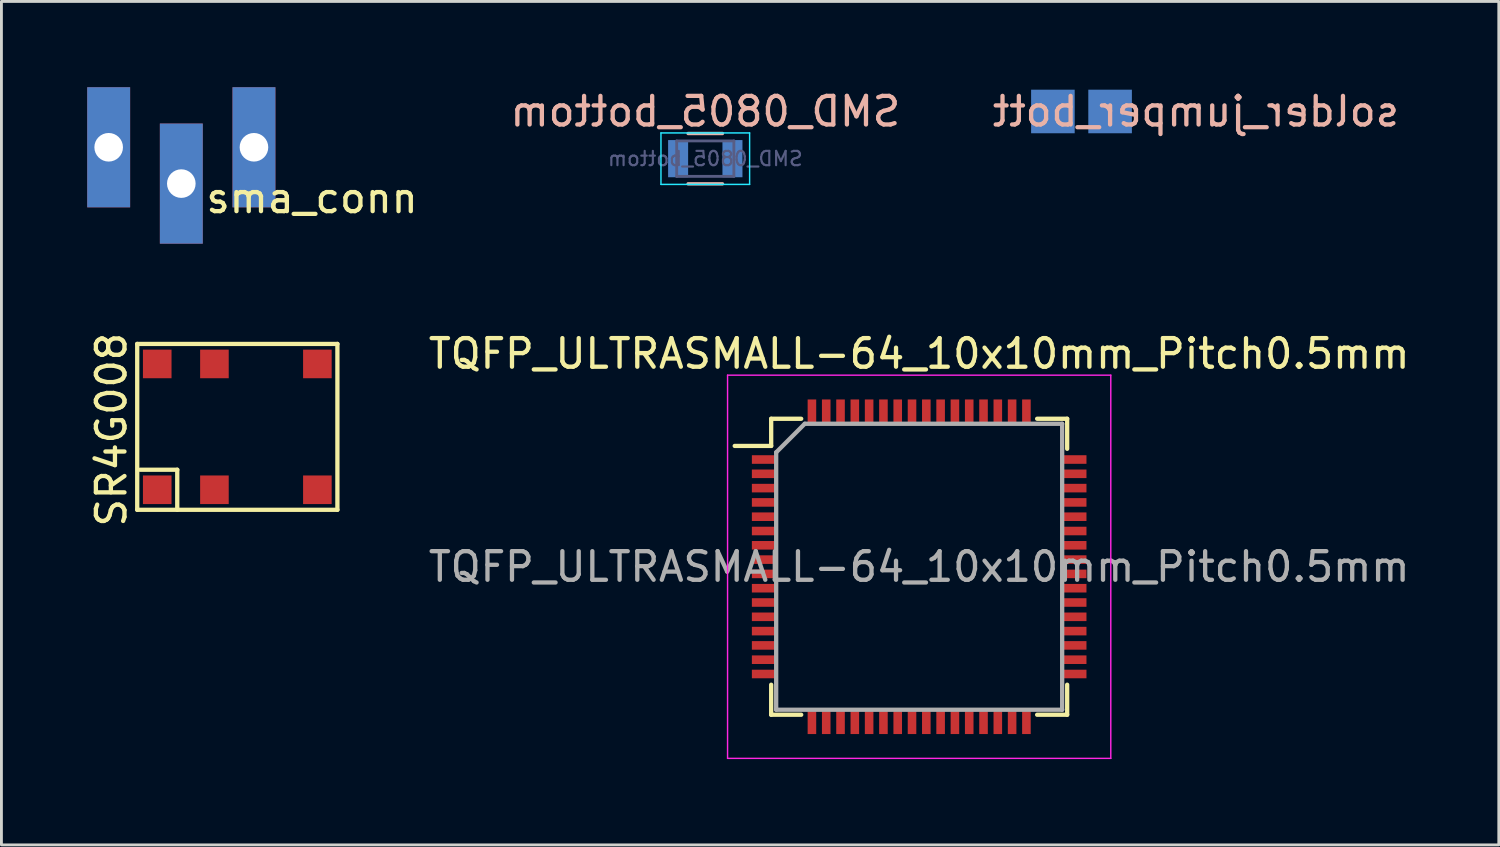
<source format=kicad_pcb>
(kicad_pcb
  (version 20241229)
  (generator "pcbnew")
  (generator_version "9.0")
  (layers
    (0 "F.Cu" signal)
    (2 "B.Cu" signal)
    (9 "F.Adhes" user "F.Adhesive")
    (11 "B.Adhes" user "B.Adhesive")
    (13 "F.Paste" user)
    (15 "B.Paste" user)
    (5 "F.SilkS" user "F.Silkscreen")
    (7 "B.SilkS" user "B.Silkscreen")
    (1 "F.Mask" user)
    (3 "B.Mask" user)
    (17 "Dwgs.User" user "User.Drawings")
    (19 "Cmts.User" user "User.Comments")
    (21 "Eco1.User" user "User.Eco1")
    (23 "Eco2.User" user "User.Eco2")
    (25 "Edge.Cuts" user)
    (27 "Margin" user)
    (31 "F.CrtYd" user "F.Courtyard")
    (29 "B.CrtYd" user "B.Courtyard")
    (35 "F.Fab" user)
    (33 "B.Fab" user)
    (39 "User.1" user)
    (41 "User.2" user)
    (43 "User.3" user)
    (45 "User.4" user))
  (footprint "sma_conn"
    (layer "F.Cu")
    (at 3.29 3.497)
    (property "Reference" "sma_conn" (at 4.572 0.381 0) (layer "F.SilkS") (effects (font (size 1 1) (thickness 0.15))))
    (attr through_hole)
    (pad "1" thru_hole rect (at -2.54 -1.397) (size 1.5 4.2) (drill 1) (layers "*.Cu" "*.Mask"))
    (pad "2" thru_hole rect (at 0 -0.127) (size 1.5 4.2) (drill 1) (layers "*.Cu" "*.Mask"))
    (pad "3" thru_hole rect (at 2.54 -1.397) (size 1.5 4.2) (drill 1) (layers "*.Cu" "*.Mask")))
  (footprint "SMD_0805_bottom"
    (layer "F.Cu")
    (at 21.612 2.498)
    (property "Reference" "SMD_0805_bottom" (at 0 -1.65 0) (layer "B.SilkS") (effects (font (size 1 1) (thickness 0.15)) (justify mirror)))
    (attr smd)
    (fp_line (start -0.6 -0.88) (end 0.6 -0.88) (stroke (width 0.12) (type solid)) (layer "B.SilkS"))
    (fp_line (start 0.6 0.88) (end -0.6 0.88) (stroke (width 0.12) (type solid)) (layer "B.SilkS"))
    (fp_line (start -1.55 -0.9) (end -1.55 0.9) (stroke (width 0.05) (type solid)) (layer "B.CrtYd"))
    (fp_line (start -1.55 -0.9) (end 1.55 -0.9) (stroke (width 0.05) (type solid)) (layer "B.CrtYd"))
    (fp_line (start 1.55 0.9) (end -1.55 0.9) (stroke (width 0.05) (type solid)) (layer "B.CrtYd"))
    (fp_line (start 1.55 0.9) (end 1.55 -0.9) (stroke (width 0.05) (type solid)) (layer "B.CrtYd"))
    (fp_line (start -1 -0.62) (end 1 -0.62) (stroke (width 0.1) (type solid)) (layer "B.Fab"))
    (fp_line (start -1 0.62) (end -1 -0.62) (stroke (width 0.1) (type solid)) (layer "B.Fab"))
    (fp_line (start 1 -0.62) (end 1 0.62) (stroke (width 0.1) (type solid)) (layer "B.Fab"))
    (fp_line (start 1 0.62) (end -1 0.62) (stroke (width 0.1) (type solid)) (layer "B.Fab"))
    (fp_text user "${REFERENCE}" (at 0 0 0) (layer "B.Fab") (effects (font (size 0.5 0.5) (thickness 0.075)) (justify mirror)))
    (pad "1" smd rect (at -0.95 0) (size 0.7 1.3) (layers "B.Cu" "B.Mask" "B.Paste"))
    (pad "2" smd rect (at 0.95 0) (size 0.7 1.3) (layers "B.Cu" "B.Mask" "B.Paste")))
  (footprint "TQFP_ULTRASMALL-64_10x10mm_Pitch0.5mm"
    (layer "F.Cu")
    (at 19.941 13.168)
    (property "Reference" "TQFP_ULTRASMALL-64_10x10mm_Pitch0.5mm" (at 9.15 -3.85 0) (layer "F.SilkS") (effects (font (size 1 1) (thickness 0.15))))
    (attr smd)
    (fp_line (start 3.975 -1.575) (end 3.975 -0.625) (stroke (width 0.15) (type solid)) (layer "F.SilkS"))
    (fp_line (start 3.975 -1.575) (end 5.025 -1.575) (stroke (width 0.15) (type solid)) (layer "F.SilkS"))
    (fp_line (start 3.975 -0.625) (end 2.7 -0.625) (stroke (width 0.15) (type solid)) (layer "F.SilkS"))
    (fp_line (start 3.975 8.775) (end 3.975 7.725) (stroke (width 0.15) (type solid)) (layer "F.SilkS"))
    (fp_line (start 3.975 8.775) (end 5.025 8.775) (stroke (width 0.15) (type solid)) (layer "F.SilkS"))
    (fp_line (start 14.325 -1.575) (end 13.275 -1.575) (stroke (width 0.15) (type solid)) (layer "F.SilkS"))
    (fp_line (start 14.325 -1.575) (end 14.325 -0.525) (stroke (width 0.15) (type solid)) (layer "F.SilkS"))
    (fp_line (start 14.325 8.775) (end 13.275 8.775) (stroke (width 0.15) (type solid)) (layer "F.SilkS"))
    (fp_line (start 14.325 8.775) (end 14.325 7.725) (stroke (width 0.15) (type solid)) (layer "F.SilkS"))
    (fp_line (start 2.45 -3.1) (end 2.45 10.3) (stroke (width 0.05) (type solid)) (layer "F.CrtYd"))
    (fp_line (start 2.45 -3.1) (end 15.85 -3.1) (stroke (width 0.05) (type solid)) (layer "F.CrtYd"))
    (fp_line (start 2.45 10.3) (end 15.85 10.3) (stroke (width 0.05) (type solid)) (layer "F.CrtYd"))
    (fp_line (start 15.85 -3.1) (end 15.85 10.3) (stroke (width 0.05) (type solid)) (layer "F.CrtYd"))
    (fp_line (start 4.15 -0.4) (end 5.15 -1.4) (stroke (width 0.15) (type solid)) (layer "F.Fab"))
    (fp_line (start 4.15 8.6) (end 4.15 -0.4) (stroke (width 0.15) (type solid)) (layer "F.Fab"))
    (fp_line (start 5.15 -1.4) (end 14.15 -1.4) (stroke (width 0.15) (type solid)) (layer "F.Fab"))
    (fp_line (start 14.15 -1.4) (end 14.15 8.6) (stroke (width 0.15) (type solid)) (layer "F.Fab"))
    (fp_line (start 14.15 8.6) (end 4.15 8.6) (stroke (width 0.15) (type solid)) (layer "F.Fab"))
    (fp_text user "${REFERENCE}" (at 9.15 3.6 0) (layer "F.Fab") (effects (font (size 1 1) (thickness 0.15))))
    (pad "1" smd rect (at 3.7 -0.15) (size 0.8 0.3) (layers "F.Cu" "F.Mask" "F.Paste"))
    (pad "2" smd rect (at 3.7 0.35) (size 0.8 0.3) (layers "F.Cu" "F.Mask" "F.Paste"))
    (pad "3" smd rect (at 3.7 0.85) (size 0.8 0.3) (layers "F.Cu" "F.Mask" "F.Paste"))
    (pad "4" smd rect (at 3.7 1.35) (size 0.8 0.3) (layers "F.Cu" "F.Mask" "F.Paste"))
    (pad "5" smd rect (at 3.7 1.85) (size 0.8 0.3) (layers "F.Cu" "F.Mask" "F.Paste"))
    (pad "6" smd rect (at 3.7 2.35) (size 0.8 0.3) (layers "F.Cu" "F.Mask" "F.Paste"))
    (pad "7" smd rect (at 3.7 2.85) (size 0.8 0.3) (layers "F.Cu" "F.Mask" "F.Paste"))
    (pad "8" smd rect (at 3.7 3.35) (size 0.8 0.3) (layers "F.Cu" "F.Mask" "F.Paste"))
    (pad "9" smd rect (at 3.7 3.85) (size 0.8 0.3) (layers "F.Cu" "F.Mask" "F.Paste"))
    (pad "10" smd rect (at 3.7 4.35) (size 0.8 0.3) (layers "F.Cu" "F.Mask" "F.Paste"))
    (pad "11" smd rect (at 3.7 4.85) (size 0.8 0.3) (layers "F.Cu" "F.Mask" "F.Paste"))
    (pad "12" smd rect (at 3.7 5.35) (size 0.8 0.3) (layers "F.Cu" "F.Mask" "F.Paste"))
    (pad "13" smd rect (at 3.7 5.85) (size 0.8 0.3) (layers "F.Cu" "F.Mask" "F.Paste"))
    (pad "14" smd rect (at 3.7 6.35) (size 0.8 0.3) (layers "F.Cu" "F.Mask" "F.Paste"))
    (pad "15" smd rect (at 3.7 6.85) (size 0.8 0.3) (layers "F.Cu" "F.Mask" "F.Paste"))
    (pad "16" smd rect (at 3.7 7.35) (size 0.8 0.3) (layers "F.Cu" "F.Mask" "F.Paste"))
    (pad "17" smd rect (at 5.4 9.05 90) (size 0.8 0.3) (layers "F.Cu" "F.Mask" "F.Paste"))
    (pad "18" smd rect (at 5.9 9.05 90) (size 0.8 0.3) (layers "F.Cu" "F.Mask" "F.Paste"))
    (pad "19" smd rect (at 6.4 9.05 90) (size 0.8 0.3) (layers "F.Cu" "F.Mask" "F.Paste"))
    (pad "20" smd rect (at 6.9 9.05 90) (size 0.8 0.3) (layers "F.Cu" "F.Mask" "F.Paste"))
    (pad "21" smd rect (at 7.4 9.05 90) (size 0.8 0.3) (layers "F.Cu" "F.Mask" "F.Paste"))
    (pad "22" smd rect (at 7.9 9.05 90) (size 0.8 0.3) (layers "F.Cu" "F.Mask" "F.Paste"))
    (pad "23" smd rect (at 8.4 9.05 90) (size 0.8 0.3) (layers "F.Cu" "F.Mask" "F.Paste"))
    (pad "24" smd rect (at 8.9 9.05 90) (size 0.8 0.3) (layers "F.Cu" "F.Mask" "F.Paste"))
    (pad "25" smd rect (at 9.4 9.05 90) (size 0.8 0.3) (layers "F.Cu" "F.Mask" "F.Paste"))
    (pad "26" smd rect (at 9.9 9.05 90) (size 0.8 0.3) (layers "F.Cu" "F.Mask" "F.Paste"))
    (pad "27" smd rect (at 10.4 9.05 90) (size 0.8 0.3) (layers "F.Cu" "F.Mask" "F.Paste"))
    (pad "28" smd rect (at 10.9 9.05 90) (size 0.8 0.3) (layers "F.Cu" "F.Mask" "F.Paste"))
    (pad "29" smd rect (at 11.4 9.05 90) (size 0.8 0.3) (layers "F.Cu" "F.Mask" "F.Paste"))
    (pad "30" smd rect (at 11.9 9.05 90) (size 0.8 0.3) (layers "F.Cu" "F.Mask" "F.Paste"))
    (pad "31" smd rect (at 12.4 9.05 90) (size 0.8 0.3) (layers "F.Cu" "F.Mask" "F.Paste"))
    (pad "32" smd rect (at 12.9 9.05 90) (size 0.8 0.3) (layers "F.Cu" "F.Mask" "F.Paste"))
    (pad "33" smd rect (at 14.6 7.35) (size 0.8 0.3) (layers "F.Cu" "F.Mask" "F.Paste"))
    (pad "34" smd rect (at 14.6 6.85) (size 0.8 0.3) (layers "F.Cu" "F.Mask" "F.Paste"))
    (pad "35" smd rect (at 14.6 6.35) (size 0.8 0.3) (layers "F.Cu" "F.Mask" "F.Paste"))
    (pad "36" smd rect (at 14.6 5.85) (size 0.8 0.3) (layers "F.Cu" "F.Mask" "F.Paste"))
    (pad "37" smd rect (at 14.6 5.35) (size 0.8 0.3) (layers "F.Cu" "F.Mask" "F.Paste"))
    (pad "38" smd rect (at 14.6 4.85) (size 0.8 0.3) (layers "F.Cu" "F.Mask" "F.Paste"))
    (pad "39" smd rect (at 14.6 4.35) (size 0.8 0.3) (layers "F.Cu" "F.Mask" "F.Paste"))
    (pad "40" smd rect (at 14.6 3.85) (size 0.8 0.3) (layers "F.Cu" "F.Mask" "F.Paste"))
    (pad "41" smd rect (at 14.6 3.35) (size 0.8 0.3) (layers "F.Cu" "F.Mask" "F.Paste"))
    (pad "42" smd rect (at 14.6 2.85) (size 0.8 0.3) (layers "F.Cu" "F.Mask" "F.Paste"))
    (pad "43" smd rect (at 14.6 2.35) (size 0.8 0.3) (layers "F.Cu" "F.Mask" "F.Paste"))
    (pad "44" smd rect (at 14.6 1.85) (size 0.8 0.3) (layers "F.Cu" "F.Mask" "F.Paste"))
    (pad "45" smd rect (at 14.6 1.35) (size 0.8 0.3) (layers "F.Cu" "F.Mask" "F.Paste"))
    (pad "46" smd rect (at 14.6 0.85) (size 0.8 0.3) (layers "F.Cu" "F.Mask" "F.Paste"))
    (pad "47" smd rect (at 14.6 0.35) (size 0.8 0.3) (layers "F.Cu" "F.Mask" "F.Paste"))
    (pad "48" smd rect (at 14.6 -0.15) (size 0.8 0.3) (layers "F.Cu" "F.Mask" "F.Paste"))
    (pad "49" smd rect (at 12.9 -1.85 90) (size 0.8 0.3) (layers "F.Cu" "F.Mask" "F.Paste"))
    (pad "50" smd rect (at 12.4 -1.85 90) (size 0.8 0.3) (layers "F.Cu" "F.Mask" "F.Paste"))
    (pad "51" smd rect (at 11.9 -1.85 90) (size 0.8 0.3) (layers "F.Cu" "F.Mask" "F.Paste"))
    (pad "52" smd rect (at 11.4 -1.85 90) (size 0.8 0.3) (layers "F.Cu" "F.Mask" "F.Paste"))
    (pad "53" smd rect (at 10.9 -1.85 90) (size 0.8 0.3) (layers "F.Cu" "F.Mask" "F.Paste"))
    (pad "54" smd rect (at 10.4 -1.85 90) (size 0.8 0.3) (layers "F.Cu" "F.Mask" "F.Paste"))
    (pad "55" smd rect (at 9.9 -1.85 90) (size 0.8 0.3) (layers "F.Cu" "F.Mask" "F.Paste"))
    (pad "56" smd rect (at 9.4 -1.85 90) (size 0.8 0.3) (layers "F.Cu" "F.Mask" "F.Paste"))
    (pad "57" smd rect (at 8.9 -1.85 90) (size 0.8 0.3) (layers "F.Cu" "F.Mask" "F.Paste"))
    (pad "58" smd rect (at 8.4 -1.85 90) (size 0.8 0.3) (layers "F.Cu" "F.Mask" "F.Paste"))
    (pad "59" smd rect (at 7.9 -1.85 90) (size 0.8 0.3) (layers "F.Cu" "F.Mask" "F.Paste"))
    (pad "60" smd rect (at 7.4 -1.85 90) (size 0.8 0.3) (layers "F.Cu" "F.Mask" "F.Paste"))
    (pad "61" smd rect (at 6.9 -1.85 90) (size 0.8 0.3) (layers "F.Cu" "F.Mask" "F.Paste"))
    (pad "62" smd rect (at 6.4 -1.85 90) (size 0.8 0.3) (layers "F.Cu" "F.Mask" "F.Paste"))
    (pad "63" smd rect (at 5.9 -1.85 90) (size 0.8 0.3) (layers "F.Cu" "F.Mask" "F.Paste"))
    (pad "64" smd rect (at 5.4 -1.85 90) (size 0.8 0.3) (layers "F.Cu" "F.Mask" "F.Paste")))
  (footprint "SR4G008"
    (layer "F.Cu")
    (at 2.448 14.076)
    (property "Reference" "SR4G008" (at -1.6 -2.1 90) (layer "F.SilkS") (effects (font (size 1 1) (thickness 0.15))))
    (attr through_hole)
    (fp_line (start -0.7 -5.1) (end -0.7 0.7) (stroke (width 0.15) (type solid)) (layer "F.SilkS"))
    (fp_line (start -0.7 0.7) (end 6.3 0.7) (stroke (width 0.15) (type solid)) (layer "F.SilkS"))
    (fp_line (start -0.6 -0.7) (end 0.7 -0.7) (stroke (width 0.15) (type solid)) (layer "F.SilkS"))
    (fp_line (start 0.7 -0.7) (end 0.7 0.7) (stroke (width 0.15) (type solid)) (layer "F.SilkS"))
    (fp_line (start 6.3 -5.1) (end -0.7 -5.1) (stroke (width 0.15) (type solid)) (layer "F.SilkS"))
    (fp_line (start 6.3 0.7) (end 6.3 -5.1) (stroke (width 0.15) (type solid)) (layer "F.SilkS"))
    (pad "1" smd rect (at 0 0) (size 1 1) (layers "F.Cu" "F.Mask" "F.Paste"))
    (pad "2" smd rect (at 2 0) (size 1 1) (layers "F.Cu" "F.Mask" "F.Paste"))
    (pad "3" smd rect (at 5.6 0) (size 1 1) (layers "F.Cu" "F.Mask" "F.Paste"))
    (pad "4" smd rect (at 5.6 -4.4) (size 1 1) (layers "F.Cu" "F.Mask" "F.Paste"))
    (pad "5" smd rect (at 2 -4.4) (size 1 1) (layers "F.Cu" "F.Mask" "F.Paste"))
    (pad "6" smd rect (at 0 -4.4) (size 1 1) (layers "F.Cu" "F.Mask" "F.Paste")))
  (footprint "solder_jumper_bott"
    (layer "F.Cu")
    (at 34.767 0.848)
    (property "Reference" "solder_jumper_bott" (at 4 0 0) (layer "B.SilkS") (effects (font (size 1 1) (thickness 0.15)) (justify mirror)))
    (attr through_hole)
    (pad "1" smd rect (at -1 0) (size 1.524 1.524) (layers "B.Cu" "B.Mask" "B.Paste"))
    (pad "2" smd rect (at 1 0) (size 1.524 1.524) (layers "B.Cu" "B.Mask" "B.Paste")))
  (gr_rect
    (start -3 -3)
    (end 49.359 26.493)
    (stroke (width 0.1) (type default))
    (fill no)
    (layer "Edge.Cuts")))
</source>
